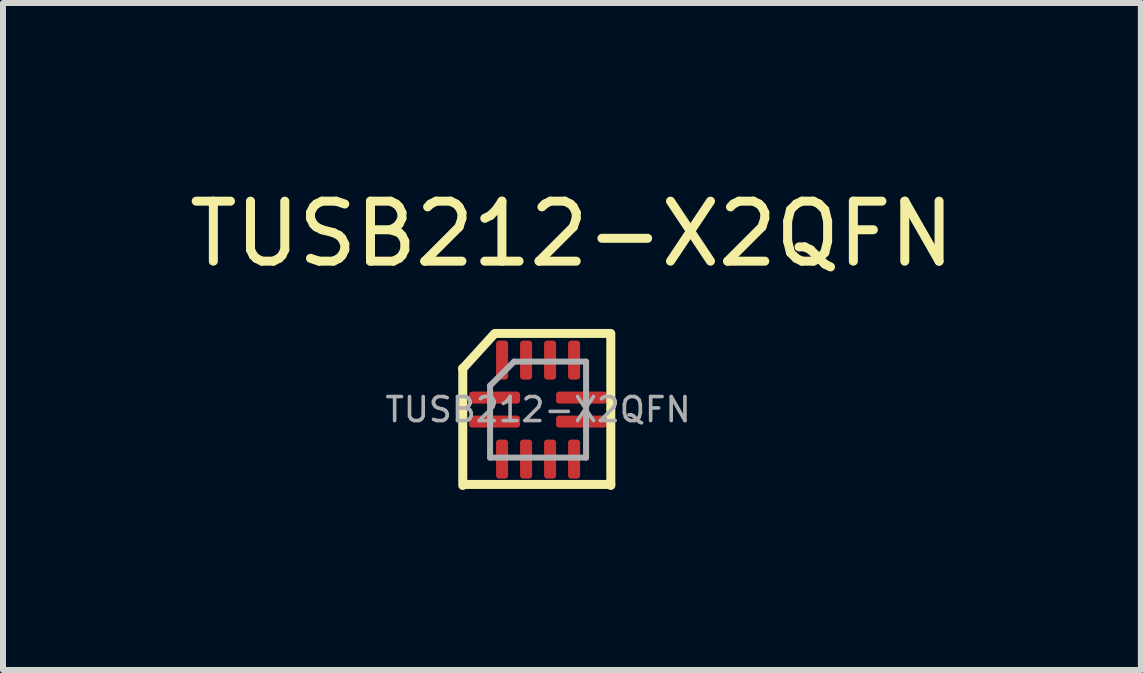
<source format=kicad_pcb>
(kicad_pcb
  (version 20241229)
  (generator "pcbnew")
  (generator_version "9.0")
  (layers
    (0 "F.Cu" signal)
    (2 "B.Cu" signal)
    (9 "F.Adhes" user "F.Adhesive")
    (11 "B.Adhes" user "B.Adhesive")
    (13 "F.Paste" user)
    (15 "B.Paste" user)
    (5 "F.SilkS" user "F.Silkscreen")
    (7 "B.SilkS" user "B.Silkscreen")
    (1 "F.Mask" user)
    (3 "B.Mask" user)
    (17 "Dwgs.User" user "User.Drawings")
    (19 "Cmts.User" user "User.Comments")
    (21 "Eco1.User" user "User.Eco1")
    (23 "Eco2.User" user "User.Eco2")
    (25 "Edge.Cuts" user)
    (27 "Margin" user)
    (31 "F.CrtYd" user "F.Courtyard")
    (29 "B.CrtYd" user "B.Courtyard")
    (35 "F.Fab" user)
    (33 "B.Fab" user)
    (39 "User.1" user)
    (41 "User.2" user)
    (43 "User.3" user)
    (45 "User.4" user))
  (footprint "TUSB212-X2QFN"
    (layer "F.Cu")
    (at 5.969 3.774)
    (property "Reference" "TUSB212-X2QFN" (at 0.513 -2.926 0) (layer "F.SilkS") (effects (font (size 1 1) (thickness 0.15))))
    (attr through_hole)
    (fp_line (start -1.311 -0.676) (end -0.782 -1.257) (stroke (width 0.15) (type solid)) (layer "F.SilkS"))
    (fp_line (start -1.306 -0.686) (end -1.306 1.267) (stroke (width 0.15) (type solid)) (layer "F.SilkS"))
    (fp_line (start -1.295 1.25) (end 1.161 1.25) (stroke (width 0.15) (type solid)) (layer "F.SilkS"))
    (fp_line (start -0.767 -1.267) (end 1.161 -1.267) (stroke (width 0.15) (type solid)) (layer "F.SilkS"))
    (fp_line (start 1.161 -1.24) (end 1.161 1.267) (stroke (width 0.15) (type solid)) (layer "F.SilkS"))
    (fp_line (start -0.851 -0.397) (end -0.451 -0.797) (stroke (width 0.1) (type solid)) (layer "F.Fab"))
    (fp_line (start -0.851 0.803) (end -0.851 -0.397) (stroke (width 0.1) (type solid)) (layer "F.Fab"))
    (fp_line (start -0.451 -0.797) (end 0.749 -0.797) (stroke (width 0.1) (type solid)) (layer "F.Fab"))
    (fp_line (start 0.749 -0.797) (end 0.749 0.803) (stroke (width 0.1) (type solid)) (layer "F.Fab"))
    (fp_line (start 0.749 0.803) (end -0.851 0.803) (stroke (width 0.1) (type solid)) (layer "F.Fab"))
    (fp_text user "${REFERENCE}" (at -0.051 0.003 0) (layer "F.Fab") (effects (font (size 0.4 0.4) (thickness 0.06))))
    (pad "1" smd roundrect (at -0.776 -0.197) (size 0.85 0.2) (layers "F.Cu" "F.Mask" "F.Paste") (roundrect_rratio 0.25))
    (pad "2" smd roundrect (at -0.776 0.203) (size 0.85 0.2) (layers "F.Cu" "F.Mask" "F.Paste") (roundrect_rratio 0.25))
    (pad "3" smd roundrect (at -0.651 0.828) (size 0.2 0.65) (layers "F.Cu" "F.Mask" "F.Paste") (roundrect_rratio 0.25))
    (pad "4" smd roundrect (at -0.251 0.828) (size 0.2 0.65) (layers "F.Cu" "F.Mask" "F.Paste") (roundrect_rratio 0.25))
    (pad "5" smd roundrect (at 0.149 0.828) (size 0.2 0.65) (layers "F.Cu" "F.Mask" "F.Paste") (roundrect_rratio 0.25))
    (pad "6" smd roundrect (at 0.549 0.828) (size 0.2 0.65) (layers "F.Cu" "F.Mask" "F.Paste") (roundrect_rratio 0.25))
    (pad "7" smd roundrect (at 0.674 0.203) (size 0.85 0.2) (layers "F.Cu" "F.Mask" "F.Paste") (roundrect_rratio 0.25))
    (pad "8" smd roundrect (at 0.674 -0.197) (size 0.85 0.2) (layers "F.Cu" "F.Mask" "F.Paste") (roundrect_rratio 0.25))
    (pad "9" smd roundrect (at 0.549 -0.822) (size 0.2 0.65) (layers "F.Cu" "F.Mask" "F.Paste") (roundrect_rratio 0.25))
    (pad "10" smd roundrect (at 0.149 -0.822) (size 0.2 0.65) (layers "F.Cu" "F.Mask" "F.Paste") (roundrect_rratio 0.25))
    (pad "11" smd roundrect (at -0.251 -0.822) (size 0.2 0.65) (layers "F.Cu" "F.Mask" "F.Paste") (roundrect_rratio 0.25))
    (pad "12" smd roundrect (at -0.651 -0.822) (size 0.2 0.65) (layers "F.Cu" "F.Mask" "F.Paste") (roundrect_rratio 0.25)))
  (gr_rect
    (start -3 -3)
    (end 15.964 8.117)
    (stroke (width 0.1) (type default))
    (fill no)
    (layer "Edge.Cuts")))
</source>
